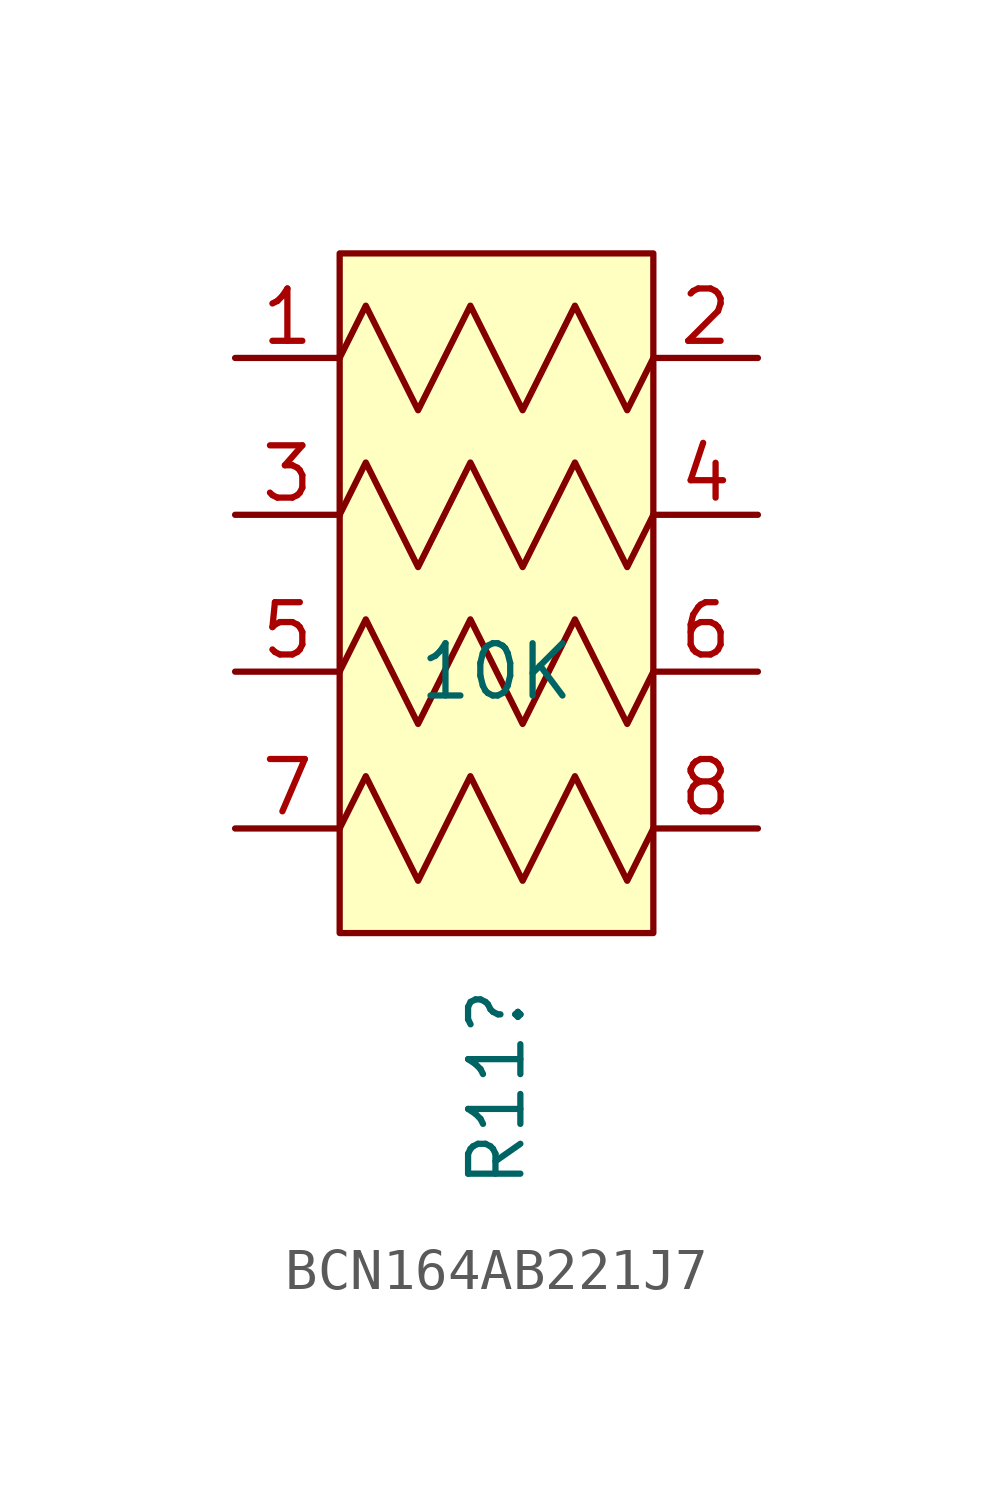
<source format=kicad_sym>
(kicad_symbol_lib
  (version 20220914)
  (generator kicad_symbol_editor)
  (symbol "BCN164AB221J7"
    (property "Reference" "R11"
      (at 0 -10.16 90)
      (effects (font (size 1.27 1.27)) (justify right)))
    (property "Value" "10K"
      (at 0 -2.54 0)
      (effects (font (size 1.27 1.27))))
    (symbol "BCN164AB221J7_0_1"
      (polyline (pts (xy -3.81 -6.35) (xy -3.175 -5.08) (xy -1.905 -7.62) (xy -0.635 -5.08) (xy 0.635 -7.62) (xy 1.905 -5.08) (xy 3.175 -7.62) (xy 3.81 -6.35)) (stroke (width 0) (type default)) (fill (type none)))
      (polyline (pts (xy -3.81 -2.54) (xy -3.175 -1.27) (xy -1.905 -3.81) (xy -0.635 -1.27) (xy 0.635 -3.81) (xy 1.905 -1.27) (xy 3.175 -3.81) (xy 3.81 -2.54)) (stroke (width 0) (type default)) (fill (type none)))
      (polyline (pts (xy -3.81 1.27) (xy -3.175 2.54) (xy -1.905 0) (xy -0.635 2.54) (xy 0.635 0) (xy 1.905 2.54) (xy 3.175 0) (xy 3.81 1.27)) (stroke (width 0) (type default)) (fill (type none)))
      (polyline (pts (xy -3.81 5.08) (xy -3.175 6.35) (xy -1.905 3.81) (xy -0.635 6.35) (xy 0.635 3.81) (xy 1.905 6.35) (xy 3.175 3.81) (xy 3.81 5.08)) (stroke (width 0) (type default)) (fill (type none))))
    (symbol "BCN164AB221J7_1_0"
      (pin passive line (at -6.35 5.08 0) (length 2.54) (name "" (effects (font (size 1.27 1.27)))) (number "1" (effects (font (size 1.27 1.27)))))
      (pin passive line (at 6.35 5.08 180) (length 2.54) (name "" (effects (font (size 1.27 1.27)))) (number "2" (effects (font (size 1.27 1.27)))))
      (pin passive line (at -6.35 1.27 0) (length 2.54) (name "" (effects (font (size 1.27 1.27)))) (number "3" (effects (font (size 1.27 1.27)))))
      (pin passive line (at 6.35 1.27 180) (length 2.54) (name "" (effects (font (size 1.27 1.27)))) (number "4" (effects (font (size 1.27 1.27)))))
      (pin passive line (at -6.35 -2.54 0) (length 2.54) (name "" (effects (font (size 1.27 1.27)))) (number "5" (effects (font (size 1.27 1.27)))))
      (pin passive line (at 6.35 -2.54 180) (length 2.54) (name "" (effects (font (size 1.27 1.27)))) (number "6" (effects (font (size 1.27 1.27)))))
      (pin passive line (at -6.35 -6.35 0) (length 2.54) (name "" (effects (font (size 1.27 1.27)))) (number "7" (effects (font (size 1.27 1.27)))))
      (pin passive line (at 6.35 -6.35 180) (length 2.54) (name "" (effects (font (size 1.27 1.27)))) (number "8" (effects (font (size 1.27 1.27))))))
    (symbol "BCN164AB221J7_1_1"
      (rectangle (start -3.81 7.62) (end 3.81 -8.89) (stroke (width 0) (type default)) (fill (type background))))))
</source>
